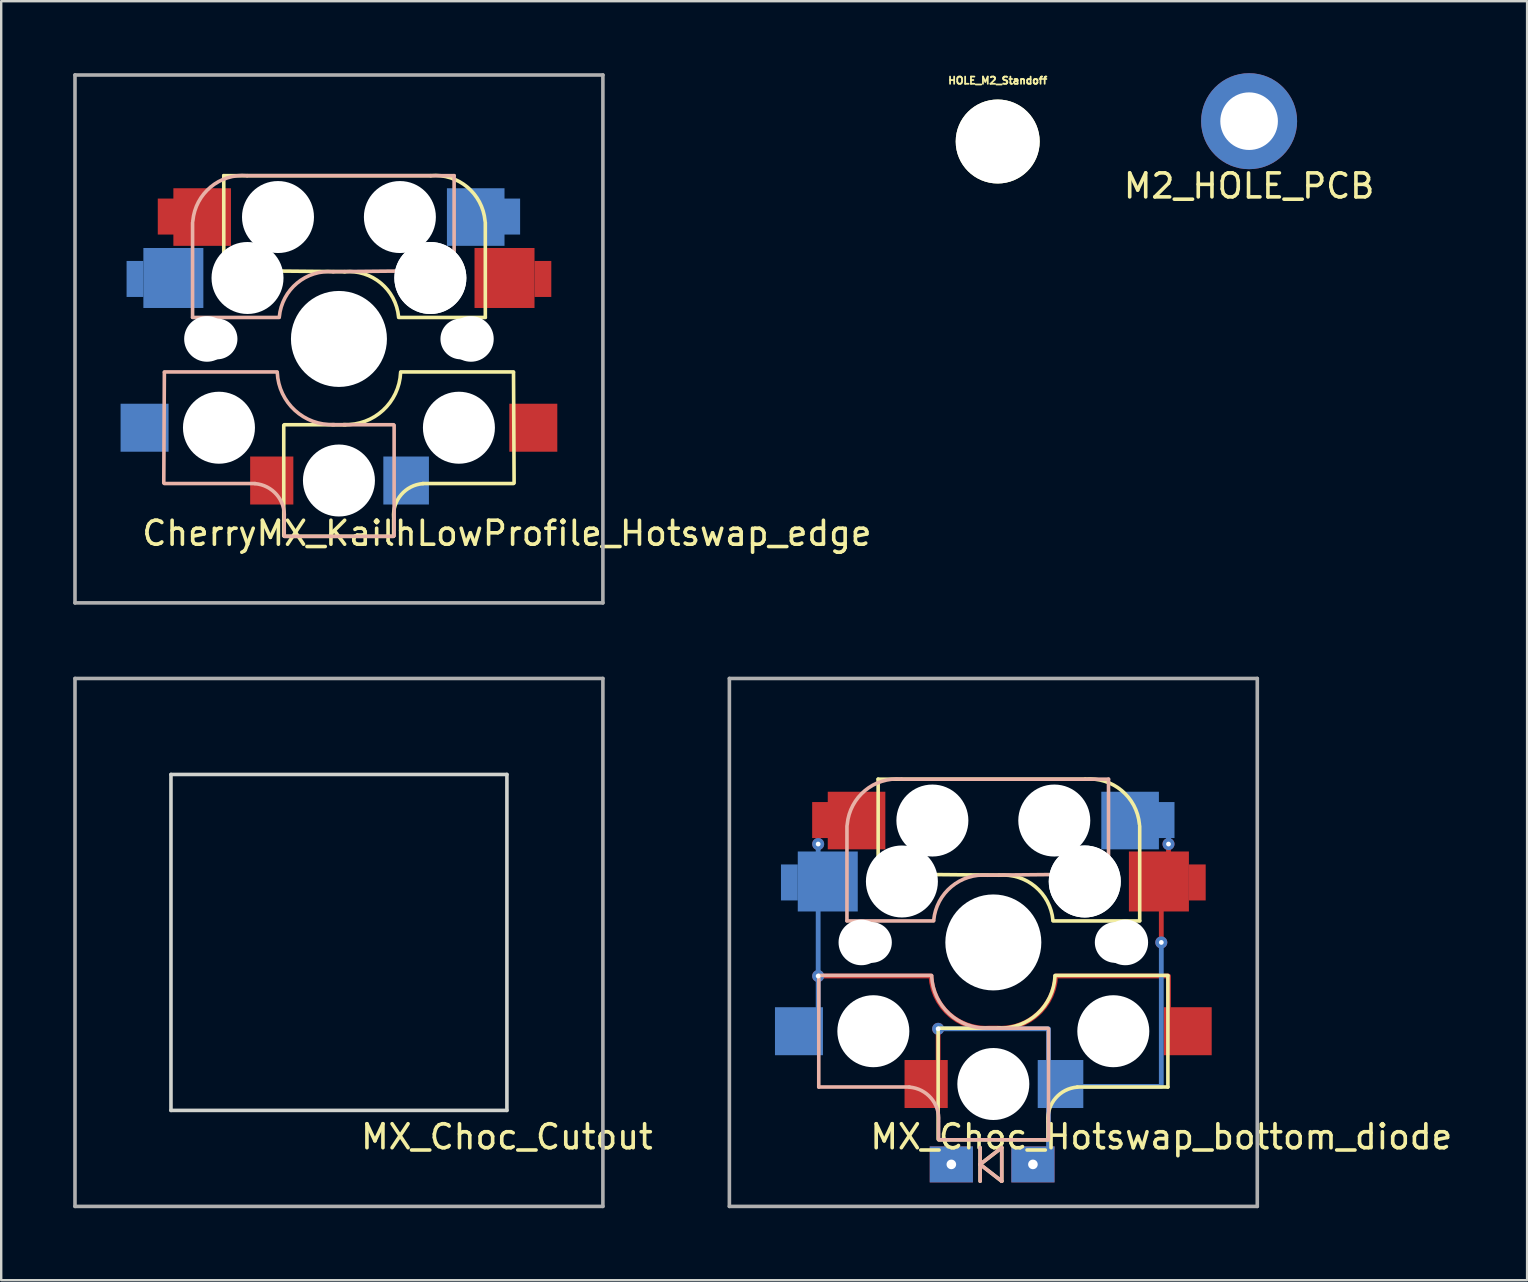
<source format=kicad_pcb>
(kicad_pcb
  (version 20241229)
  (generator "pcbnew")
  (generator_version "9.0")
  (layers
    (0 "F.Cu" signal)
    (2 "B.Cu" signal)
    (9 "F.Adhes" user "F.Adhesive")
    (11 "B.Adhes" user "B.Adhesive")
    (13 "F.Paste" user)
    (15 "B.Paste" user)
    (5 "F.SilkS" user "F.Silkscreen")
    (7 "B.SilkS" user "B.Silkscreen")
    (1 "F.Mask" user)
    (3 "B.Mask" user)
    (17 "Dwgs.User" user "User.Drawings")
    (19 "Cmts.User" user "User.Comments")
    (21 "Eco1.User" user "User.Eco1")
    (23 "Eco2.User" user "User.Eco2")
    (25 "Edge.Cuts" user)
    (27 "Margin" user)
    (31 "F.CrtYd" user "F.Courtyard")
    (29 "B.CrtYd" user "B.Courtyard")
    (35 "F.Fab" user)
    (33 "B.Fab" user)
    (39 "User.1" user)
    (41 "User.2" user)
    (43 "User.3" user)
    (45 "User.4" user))
  (footprint "M2_HOLE_PCB"
    (layer "F.Cu")
    (at 49.005 2)
    (property "Reference" "M2_HOLE_PCB" (at 0 2.7 0) (layer "F.SilkS") (effects (font (size 1 1) (thickness 0.15))))
    (attr through_hole)
    (pad "" thru_hole circle (at 0 0) (size 4 4) (drill 2.4) (layers "*.Cu" "*.Mask")))
  (footprint "MX_Choc_Cutout"
    (layer "F.Cu")
    (at 11.075 36.225)
    (property "Reference" "MX_Choc_Cutout" (at 7 8.1 0) (layer "F.SilkS") (effects (font (size 1 1) (thickness 0.15))))
    (attr through_hole)
    (fp_line (start -7 -7) (end 7 -7) (stroke (width 0.15) (type solid)) (layer "Edge.Cuts"))
    (fp_line (start -7 7) (end -7 -7) (stroke (width 0.15) (type solid)) (layer "Edge.Cuts"))
    (fp_line (start 7 -7) (end 7 7) (stroke (width 0.15) (type solid)) (layer "Edge.Cuts"))
    (fp_line (start 7 7) (end -7 7) (stroke (width 0.15) (type solid)) (layer "Edge.Cuts"))
    (fp_line (start -11 -11) (end -11 11) (stroke (width 0.15) (type solid)) (layer "F.Fab"))
    (fp_line (start -11 11) (end 11 11) (stroke (width 0.15) (type solid)) (layer "F.Fab"))
    (fp_line (start 11 -11) (end -11 -11) (stroke (width 0.15) (type solid)) (layer "F.Fab"))
    (fp_line (start 11 11) (end 11 -11) (stroke (width 0.15) (type solid)) (layer "F.Fab"))
    (zone (net_name "") (layers "F.Cu" "B.Cu") (hatch edge 0.5) (connect_pads) (min_thickness 0.25) (filled_areas_thickness no) (keepout (tracks not_allowed) (vias not_allowed) (pads not_allowed) (copperpour not_allowed) (footprints not_allowed)) (placement (enabled no)) (fill) (polygon (pts (xy 4.075 29.225) (xy 4.075 43.225) (xy 18.075 43.225) (xy 18.075 29.225)))))
  (footprint "CherryMX_KailhLowProfile_Hotswap_edge"
    (layer "F.Cu")
    (at 11.075 11.075)
    (property "Reference" "CherryMX_KailhLowProfile_Hotswap_edge" (at 7 8.1 0) (layer "F.SilkS") (effects (font (size 1 1) (thickness 0.15))))
    (attr through_hole)
    (fp_line (start -4.8 -6.804) (end 3.825 -6.804) (stroke (width 0.15) (type solid)) (layer "F.SilkS"))
    (fp_line (start -4.8 -2.896) (end -4.8 -6.804) (stroke (width 0.15) (type solid)) (layer "F.SilkS"))
    (fp_line (start -4.8 -2.85) (end 0.25 -2.804) (stroke (width 0.15) (type solid)) (layer "F.SilkS"))
    (fp_line (start -2.3 3.6) (end -2.3 8.2) (stroke (width 0.15) (type solid)) (layer "F.SilkS"))
    (fp_line (start -2.275 3.575) (end 0.275 3.575) (stroke (width 0.15) (type solid)) (layer "F.SilkS"))
    (fp_line (start -2.275 8.225) (end 2.275 8.225) (stroke (width 0.15) (type solid)) (layer "F.SilkS"))
    (fp_line (start 2.28 7.5) (end 2.28 8.2) (stroke (width 0.15) (type solid)) (layer "F.SilkS"))
    (fp_line (start 2.575 1.375) (end 7.275 1.375) (stroke (width 0.15) (type solid)) (layer "F.SilkS"))
    (fp_line (start 3.5 6.025) (end 7.275 6.025) (stroke (width 0.15) (type solid)) (layer "F.SilkS"))
    (fp_line (start 6.1 -4.85) (end 6.1 -0.905) (stroke (width 0.15) (type solid)) (layer "F.SilkS"))
    (fp_line (start 6.1 -0.896) (end 2.49 -0.896) (stroke (width 0.15) (type solid)) (layer "F.SilkS"))
    (fp_line (start 7.275 1.4) (end 7.3 6) (stroke (width 0.15) (type solid)) (layer "F.SilkS"))
    (fp_arc (start 0.225 -2.8) (mid 1.744361 -2.328062) (end 2.485001 -0.920001) (stroke (width 0.15) (type solid)) (layer "F.SilkS"))
    (fp_arc (start 2.279999 7.449999) (mid 2.595908 6.487329) (end 3.5 6.03) (stroke (width 0.15) (type solid)) (layer "F.SilkS"))
    (fp_arc (start 2.57 1.4) (mid 1.834422 2.975843) (end 0.2 3.57) (stroke (width 0.15) (type solid)) (layer "F.SilkS"))
    (fp_arc (start 3.825 -6.804) (mid 5.347189 -6.33089) (end 6.089 -4.92) (stroke (width 0.15) (type solid)) (layer "F.SilkS"))
    (fp_line (start -7.275 1.4) (end -7.3 6) (stroke (width 0.15) (type solid)) (layer "B.SilkS"))
    (fp_line (start -6.1 -4.85) (end -6.1 -0.905) (stroke (width 0.15) (type solid)) (layer "B.SilkS"))
    (fp_line (start -6.1 -0.896) (end -2.49 -0.896) (stroke (width 0.15) (type solid)) (layer "B.SilkS"))
    (fp_line (start -3.5 6.025) (end -7.275 6.025) (stroke (width 0.15) (type solid)) (layer "B.SilkS"))
    (fp_line (start -2.575 1.375) (end -7.275 1.375) (stroke (width 0.15) (type solid)) (layer "B.SilkS"))
    (fp_line (start -2.28 7.5) (end -2.28 8.2) (stroke (width 0.15) (type solid)) (layer "B.SilkS"))
    (fp_line (start 2.275 3.575) (end -0.275 3.575) (stroke (width 0.15) (type solid)) (layer "B.SilkS"))
    (fp_line (start 2.275 8.225) (end -2.275 8.225) (stroke (width 0.15) (type solid)) (layer "B.SilkS"))
    (fp_line (start 2.3 3.6) (end 2.3 8.2) (stroke (width 0.15) (type solid)) (layer "B.SilkS"))
    (fp_line (start 4.8 -6.804) (end -3.825 -6.804) (stroke (width 0.15) (type solid)) (layer "B.SilkS"))
    (fp_line (start 4.8 -2.896) (end 4.8 -6.804) (stroke (width 0.15) (type solid)) (layer "B.SilkS"))
    (fp_line (start 4.8 -2.85) (end -0.25 -2.804) (stroke (width 0.15) (type solid)) (layer "B.SilkS"))
    (fp_arc (start -6.089 -4.92) (mid -5.347189 -6.33089) (end -3.825 -6.804) (stroke (width 0.15) (type solid)) (layer "B.SilkS"))
    (fp_arc (start -3.5 6.03) (mid -2.595908 6.48733) (end -2.28 7.45) (stroke (width 0.15) (type solid)) (layer "B.SilkS"))
    (fp_arc (start -2.484999 -0.920001) (mid -1.74436 -2.328062) (end -0.225 -2.8) (stroke (width 0.15) (type solid)) (layer "B.SilkS"))
    (fp_arc (start -0.2 3.57) (mid -1.834422 2.975843) (end -2.57 1.4) (stroke (width 0.15) (type solid)) (layer "B.SilkS"))
    (fp_line (start -9 -9) (end 9 -9) (stroke (width 0.15) (type solid)) (layer "Eco2.User"))
    (fp_line (start -9 9) (end -9 -9) (stroke (width 0.15) (type solid)) (layer "Eco2.User"))
    (fp_line (start -7 -7) (end 7 -7) (stroke (width 0.15) (type solid)) (layer "Eco2.User"))
    (fp_line (start -7 7) (end -7 -7) (stroke (width 0.15) (type solid)) (layer "Eco2.User"))
    (fp_line (start 7 -7) (end 7 7) (stroke (width 0.15) (type solid)) (layer "Eco2.User"))
    (fp_line (start 7 7) (end -7 7) (stroke (width 0.15) (type solid)) (layer "Eco2.User"))
    (fp_line (start 9 -9) (end 9 9) (stroke (width 0.15) (type solid)) (layer "Eco2.User"))
    (fp_line (start 9 9) (end -9 9) (stroke (width 0.15) (type solid)) (layer "Eco2.User"))
    (fp_line (start -11 -11) (end -11 11) (stroke (width 0.15) (type solid)) (layer "F.Fab"))
    (fp_line (start -11 11) (end 11 11) (stroke (width 0.15) (type solid)) (layer "F.Fab"))
    (fp_line (start 11 -11) (end -11 -11) (stroke (width 0.15) (type solid)) (layer "F.Fab"))
    (fp_line (start 11 11) (end 11 -11) (stroke (width 0.15) (type solid)) (layer "F.Fab"))
    (pad "" np_thru_hole circle (at -5.5 0 90) (size 1.9 1.9) (drill 1.9) (layers "*.Cu" "*.Mask"))
    (pad "" np_thru_hole circle (at -5.08 0) (size 1.7 1.7) (drill 1.7) (layers "*.Cu" "*.Mask"))
    (pad "" np_thru_hole circle (at -5 3.7 90) (size 3 3) (drill 3) (layers "*.Cu" "*.Mask"))
    (pad "" np_thru_hole circle (at -3.825 -2.58 180) (size 0.1 0.1) (drill 0.1) (layers "*.Cu" "*.Mask"))
    (pad "" np_thru_hole circle (at -3.81 -2.54 180) (size 3 3) (drill 3) (layers "*.Cu" "*.Mask"))
    (pad "" np_thru_hole circle (at -2.54 -5.08 180) (size 3 3) (drill 3) (layers "*.Cu" "*.Mask"))
    (pad "" np_thru_hole circle (at 0 0 90) (size 4 4) (drill 4) (layers "*.Cu" "*.Mask"))
    (pad "" np_thru_hole circle (at 0 5.9 90) (size 3 3) (drill 3) (layers "*.Cu" "*.Mask"))
    (pad "" np_thru_hole circle (at 2.54 -5.08 180) (size 3 3) (drill 3) (layers "*.Cu" "*.Mask"))
    (pad "" np_thru_hole circle (at 3.81 -2.54 180) (size 3 3) (drill 3) (layers "*.Cu" "*.Mask"))
    (pad "" np_thru_hole circle (at 3.81 -2.54 180) (size 3 3) (drill 3) (layers "*.Cu" "*.Mask"))
    (pad "" np_thru_hole circle (at 3.825 -2.58 180) (size 0.1 0.1) (drill 0.1) (layers "*.Cu" "*.Mask"))
    (pad "" np_thru_hole circle (at 5 3.7 270) (size 3 3) (drill 3) (layers "*.Cu" "*.Mask"))
    (pad "" np_thru_hole circle (at 5.08 0) (size 1.7 1.7) (drill 1.7) (layers "*.Cu" "*.Mask"))
    (pad "" np_thru_hole circle (at 5.5 0 90) (size 1.9 1.9) (drill 1.9) (layers "*.Cu" "*.Mask"))
    (pad "1" smd rect (at -8.5 -2.5) (size 0.7 1.5) (layers "B.Cu" "B.Mask" "B.Paste"))
    (pad "1" smd rect (at -8.1 3.7 180) (size 2 2) (layers "B.Cu" "B.Mask" "B.Paste"))
    (pad "1" smd rect (at -7.2 -5.1) (size 0.7 1.5) (layers "F.Cu" "F.Mask" "F.Paste"))
    (pad "1" smd rect (at -6.9 -2.54 180) (size 2.5 2.5) (layers "B.Cu" "B.Mask" "B.Paste"))
    (pad "1" smd rect (at -5.7 -5.08 180) (size 2.4 2.4) (layers "F.Cu" "F.Mask" "F.Paste"))
    (pad "1" smd rect (at 8.1 3.7 180) (size 2 2) (layers "F.Cu" "F.Mask" "F.Paste"))
    (pad "2" smd rect (at -2.8 5.9 180) (size 1.8 2) (layers "F.Cu" "F.Mask" "F.Paste"))
    (pad "2" smd rect (at 2.8 5.9 180) (size 1.9 2) (layers "B.Cu" "B.Mask" "B.Paste"))
    (pad "2" smd rect (at 5.7 -5.08 180) (size 2.4 2.4) (layers "B.Cu" "B.Mask" "B.Paste"))
    (pad "2" smd rect (at 6.9 -2.54 180) (size 2.5 2.5) (layers "F.Cu" "F.Mask" "F.Paste"))
    (pad "2" smd rect (at 7.2 -5.1) (size 0.7 1.5) (layers "B.Cu" "B.Mask" "B.Paste"))
    (pad "2" smd rect (at 8.5 -2.5) (size 0.7 1.5) (layers "F.Cu" "F.Mask" "F.Paste")))
  (footprint "HOLE_M2_Standoff"
    (layer "F.Cu")
    (at 38.528 2.847)
    (property "Reference" "HOLE_M2_Standoff" (at 0 -2.54 0) (layer "F.SilkS") (effects (font (size 0.3 0.3) (thickness 0.075))))
    (attr through_hole)
    (pad "" np_thru_hole circle (at 0 0 90) (size 3.5 3.5) (drill 3.5) (layers "*.Cu" "*.Mask" "F.SilkS")))
  (footprint "MX_Choc_Hotswap_bottom_diode"
    (layer "F.Cu")
    (at 38.346 36.225)
    (property "Reference" "MX_Choc_Hotswap_bottom_diode" (at 7 8.1 0) (layer "F.SilkS") (effects (font (size 1 1) (thickness 0.15))))
    (attr through_hole)
    (fp_line (start -4.8 -6.804) (end 3.825 -6.804) (stroke (width 0.15) (type solid)) (layer "F.SilkS"))
    (fp_line (start -4.8 -2.896) (end -4.8 -6.804) (stroke (width 0.15) (type solid)) (layer "F.SilkS"))
    (fp_line (start -4.8 -2.85) (end 0.25 -2.804) (stroke (width 0.15) (type solid)) (layer "F.SilkS"))
    (fp_line (start -2.3 3.6) (end -2.3 8.2) (stroke (width 0.15) (type solid)) (layer "F.SilkS"))
    (fp_line (start -2.275 3.575) (end 0.275 3.575) (stroke (width 0.15) (type solid)) (layer "F.SilkS"))
    (fp_line (start -2.275 8.225) (end 2.275 8.225) (stroke (width 0.15) (type solid)) (layer "F.SilkS"))
    (fp_line (start -0.55 8.55) (end -0.55 9.95) (stroke (width 0.15) (type solid)) (layer "F.SilkS"))
    (fp_line (start -0.55 9.25) (end 0.35 8.55) (stroke (width 0.15) (type solid)) (layer "F.SilkS"))
    (fp_line (start 0.35 8.55) (end 0.35 9.95) (stroke (width 0.15) (type solid)) (layer "F.SilkS"))
    (fp_line (start 0.35 9.95) (end -0.55 9.25) (stroke (width 0.15) (type solid)) (layer "F.SilkS"))
    (fp_line (start 2.28 7.5) (end 2.28 8.2) (stroke (width 0.15) (type solid)) (layer "F.SilkS"))
    (fp_line (start 2.575 1.375) (end 7.275 1.375) (stroke (width 0.15) (type solid)) (layer "F.SilkS"))
    (fp_line (start 3.5 6.025) (end 7.275 6.025) (stroke (width 0.15) (type solid)) (layer "F.SilkS"))
    (fp_line (start 6.1 -4.85) (end 6.1 -0.905) (stroke (width 0.15) (type solid)) (layer "F.SilkS"))
    (fp_line (start 6.1 -0.896) (end 2.49 -0.896) (stroke (width 0.15) (type solid)) (layer "F.SilkS"))
    (fp_line (start 7.275 1.4) (end 7.275 6.025) (stroke (width 0.15) (type solid)) (layer "F.SilkS"))
    (fp_arc (start 0.225 -2.8) (mid 1.744361 -2.328062) (end 2.485001 -0.920001) (stroke (width 0.15) (type solid)) (layer "F.SilkS"))
    (fp_arc (start 2.279999 7.449999) (mid 2.595908 6.487329) (end 3.5 6.03) (stroke (width 0.15) (type solid)) (layer "F.SilkS"))
    (fp_arc (start 2.57 1.4) (mid 1.834422 2.975843) (end 0.2 3.57) (stroke (width 0.15) (type solid)) (layer "F.SilkS"))
    (fp_arc (start 3.825 -6.804) (mid 5.347189 -6.33089) (end 6.089 -4.92) (stroke (width 0.15) (type solid)) (layer "F.SilkS"))
    (fp_line (start -7.275 1.375) (end -7.275 6.025) (stroke (width 0.15) (type solid)) (layer "B.SilkS"))
    (fp_line (start -6.1 -4.85) (end -6.1 -0.905) (stroke (width 0.15) (type solid)) (layer "B.SilkS"))
    (fp_line (start -6.1 -0.896) (end -2.49 -0.896) (stroke (width 0.15) (type solid)) (layer "B.SilkS"))
    (fp_line (start -3.5 6.025) (end -7.275 6.025) (stroke (width 0.15) (type solid)) (layer "B.SilkS"))
    (fp_line (start -2.575 1.375) (end -7.275 1.375) (stroke (width 0.15) (type solid)) (layer "B.SilkS"))
    (fp_line (start -2.28 7.5) (end -2.28 8.2) (stroke (width 0.15) (type solid)) (layer "B.SilkS"))
    (fp_line (start -0.55 8.55) (end -0.55 9.95) (stroke (width 0.15) (type solid)) (layer "B.SilkS"))
    (fp_line (start -0.55 9.25) (end 0.35 8.55) (stroke (width 0.15) (type solid)) (layer "B.SilkS"))
    (fp_line (start 0.35 8.55) (end 0.35 9.95) (stroke (width 0.15) (type solid)) (layer "B.SilkS"))
    (fp_line (start 0.35 9.95) (end -0.55 9.25) (stroke (width 0.15) (type solid)) (layer "B.SilkS"))
    (fp_line (start 2.275 3.575) (end -0.275 3.575) (stroke (width 0.15) (type solid)) (layer "B.SilkS"))
    (fp_line (start 2.275 8.225) (end -2.275 8.225) (stroke (width 0.15) (type solid)) (layer "B.SilkS"))
    (fp_line (start 2.3 3.6) (end 2.3 8.2) (stroke (width 0.15) (type solid)) (layer "B.SilkS"))
    (fp_line (start 4.8 -6.804) (end -3.825 -6.804) (stroke (width 0.15) (type solid)) (layer "B.SilkS"))
    (fp_line (start 4.8 -2.896) (end 4.8 -6.804) (stroke (width 0.15) (type solid)) (layer "B.SilkS"))
    (fp_line (start 4.8 -2.85) (end -0.25 -2.804) (stroke (width 0.15) (type solid)) (layer "B.SilkS"))
    (fp_arc (start -6.089 -4.92) (mid -5.347189 -6.33089) (end -3.825 -6.804) (stroke (width 0.15) (type solid)) (layer "B.SilkS"))
    (fp_arc (start -3.5 6.03) (mid -2.595908 6.48733) (end -2.28 7.45) (stroke (width 0.15) (type solid)) (layer "B.SilkS"))
    (fp_arc (start -2.484999 -0.920001) (mid -1.74436 -2.328062) (end -0.225 -2.8) (stroke (width 0.15) (type solid)) (layer "B.SilkS"))
    (fp_arc (start -0.2 3.57) (mid -1.834422 2.975843) (end -2.57 1.4) (stroke (width 0.15) (type solid)) (layer "B.SilkS"))
    (fp_line (start -9 -9) (end 9 -9) (stroke (width 0.15) (type solid)) (layer "Eco2.User"))
    (fp_line (start -9 9) (end -9 -9) (stroke (width 0.15) (type solid)) (layer "Eco2.User"))
    (fp_line (start -7 -7) (end 7 -7) (stroke (width 0.15) (type solid)) (layer "Eco2.User"))
    (fp_line (start -7 7) (end -7 -7) (stroke (width 0.15) (type solid)) (layer "Eco2.User"))
    (fp_line (start 7 -7) (end 7 7) (stroke (width 0.15) (type solid)) (layer "Eco2.User"))
    (fp_line (start 7 7) (end -7 7) (stroke (width 0.15) (type solid)) (layer "Eco2.User"))
    (fp_line (start 9 -9) (end 9 9) (stroke (width 0.15) (type solid)) (layer "Eco2.User"))
    (fp_line (start 9 9) (end -9 9) (stroke (width 0.15) (type solid)) (layer "Eco2.User"))
    (fp_line (start -11 -11) (end -11 11) (stroke (width 0.15) (type solid)) (layer "F.Fab"))
    (fp_line (start -11 11) (end 11 11) (stroke (width 0.15) (type solid)) (layer "F.Fab"))
    (fp_line (start 11 -11) (end -11 -11) (stroke (width 0.15) (type solid)) (layer "F.Fab"))
    (fp_line (start 11 11) (end 11 -11) (stroke (width 0.15) (type solid)) (layer "F.Fab"))
    (pad "" np_thru_hole circle (at -5.5 0 90) (size 1.9 1.9) (drill 1.9) (layers "*.Cu" "*.Mask"))
    (pad "" np_thru_hole circle (at -5.08 0) (size 1.7 1.7) (drill 1.7) (layers "*.Cu" "*.Mask"))
    (pad "" np_thru_hole circle (at -5 3.7 90) (size 3 3) (drill 3) (layers "*.Cu" "*.Mask"))
    (pad "" np_thru_hole circle (at -3.825 -2.58 180) (size 0.1 0.1) (drill 0.1) (layers "*.Cu" "*.Mask"))
    (pad "" np_thru_hole circle (at -3.81 -2.54 180) (size 3 3) (drill 3) (layers "*.Cu" "*.Mask"))
    (pad "" np_thru_hole circle (at -2.54 -5.08 180) (size 3 3) (drill 3) (layers "*.Cu" "*.Mask"))
    (pad "" np_thru_hole circle (at 0 0 90) (size 4 4) (drill 4) (layers "*.Cu" "*.Mask"))
    (pad "" np_thru_hole circle (at 0 5.9 90) (size 3 3) (drill 3) (layers "*.Cu" "*.Mask"))
    (pad "" np_thru_hole circle (at 2.54 -5.08 180) (size 3 3) (drill 3) (layers "*.Cu" "*.Mask"))
    (pad "" np_thru_hole circle (at 3.81 -2.54 180) (size 3 3) (drill 3) (layers "*.Cu" "*.Mask"))
    (pad "" np_thru_hole circle (at 3.81 -2.54 180) (size 3 3) (drill 3) (layers "*.Cu" "*.Mask"))
    (pad "" np_thru_hole circle (at 3.825 -2.58 180) (size 0.1 0.1) (drill 0.1) (layers "*.Cu" "*.Mask"))
    (pad "" np_thru_hole circle (at 5 3.7 270) (size 3 3) (drill 3) (layers "*.Cu" "*.Mask"))
    (pad "" np_thru_hole circle (at 5.08 0) (size 1.7 1.7) (drill 1.7) (layers "*.Cu" "*.Mask"))
    (pad "" np_thru_hole circle (at 5.5 0 90) (size 1.9 1.9) (drill 1.9) (layers "*.Cu" "*.Mask"))
    (pad "1" smd rect (at -8.5 -2.5) (size 0.7 1.5) (layers "B.Cu" "B.Mask" "B.Paste"))
    (pad "1" smd rect (at -8.1 3.7 180) (size 2 2) (layers "B.Cu" "B.Mask" "B.Paste"))
    (pad "1" smd custom (at -7.3 -4.5) (size 0.2 0.2) (layers "F.Cu") (options (anchor circle)) (primitives (gr_line (start 0 0.4) (end 0 0) (width 0.2))))
    (pad "1" thru_hole circle (at -7.3 -4.1) (size 0.5 0.5) (drill 0.2) (layers "*.Cu"))
    (pad "1" smd custom (at -7.3 -3.7) (size 0.2 0.2) (layers "B.Cu") (options (anchor circle)) (primitives (gr_line (start 0 -0.4) (end 0 0) (width 0.2))))
    (pad "1" smd custom (at -7.3 -1.4) (size 0.2 0.2) (layers "B.Cu") (options (anchor circle)) (primitives (gr_line (start 0 0.1) (end 0 5.1) (width 0.2))))
    (pad "1" smd custom (at -7.3 1.4) (size 0.2 0.2) (layers "F.Cu") (options (anchor circle)) (primitives (gr_line (start 0 0) (end 4.7 0) (width 0.2)) (gr_arc (start 7.1 2.17) (mid 5.450578 1.582056) (end 4.7 0) (width 0.2)) (gr_line (start 7.1 2.17) (end 7.5 2.17) (width 0.2)) (gr_arc (start 9.9 0) (mid 9.149422 1.582056) (end 7.5 2.17) (width 0.2)) (gr_line (start 14.6 0) (end 9.9 0) (width 0.2)) (gr_line (start 14.6 1.3) (end 14.6 0) (width 0.2))))
    (pad "1" thru_hole circle (at -7.3 1.4) (size 0.5 0.5) (drill 0.2) (layers "*.Cu"))
    (pad "1" smd rect (at -7.2 -5.1) (size 0.7 1.5) (layers "F.Cu" "F.Mask" "F.Paste"))
    (pad "1" smd rect (at -6.9 -2.54 180) (size 2.5 2.5) (layers "B.Cu" "B.Mask" "B.Paste"))
    (pad "1" smd rect (at -5.7 -5.08 180) (size 2.4 2.4) (layers "F.Cu" "F.Mask" "F.Paste"))
    (pad "1" smd rect (at 8.1 3.7 180) (size 2 2) (layers "F.Cu" "F.Mask" "F.Paste"))
    (pad "2" smd rect (at -2.8 5.9 180) (size 1.8 2) (layers "F.Cu" "F.Mask" "F.Paste"))
    (pad "2" thru_hole circle (at -2.3 3.6) (size 0.5 0.5) (drill 0.2) (layers "*.Cu"))
    (pad "2" smd custom (at -2.3 5) (size 0.2 0.2) (layers "F.Cu") (options (anchor circle)) (primitives (gr_line (start 0 -1.4) (end 0 0) (width 0.2))))
    (pad "2" thru_hole rect (at 1.65 9.25) (size 1.8 1.5) (drill 0.4) (layers "*.Cu" "*.Mask"))
    (pad "2" smd custom (at 2.3 5.1) (size 0.2 0.2) (layers "B.Cu") (options (anchor circle)) (primitives (gr_line (start 0 -1.5) (end 0 0) (width 0.2)) (gr_line (start 0 -1.5) (end -4.6 -1.5) (width 0.2))))
    (pad "2" smd custom (at 2.3 6.8 180) (size 0.2 0.2) (layers "B.Cu") (options (anchor circle)) (primitives (gr_line (start 0 -2.5) (end 0 -0.05) (width 0.2)) (gr_line (start 0.65 -2.45) (end 0 -2.5) (width 0.2))))
    (pad "2" smd rect (at 2.8 5.9 180) (size 1.9 2) (layers "B.Cu" "B.Mask" "B.Paste"))
    (pad "2" smd custom (at 3.6 6 270) (size 0.2 0.2) (layers "B.Cu") (options (anchor circle)) (primitives (gr_line (start 0 -3.4) (end 0 -0.05) (width 0.2)) (gr_line (start 0 -3.4) (end -6 -3.4) (width 0.2))))
    (pad "2" smd rect (at 5.7 -5.08 180) (size 2.4 2.4) (layers "B.Cu" "B.Mask" "B.Paste"))
    (pad "2" smd rect (at 6.9 -2.54 180) (size 2.5 2.5) (layers "F.Cu" "F.Mask" "F.Paste"))
    (pad "2" smd custom (at 7 -1.5) (size 0.2 0.2) (layers "F.Cu") (options (anchor circle)) (primitives (gr_line (start 0 1.475) (end 0 0) (width 0.2))))
    (pad "2" thru_hole circle (at 7 0) (size 0.5 0.5) (drill 0.2) (layers "*.Cu"))
    (pad "2" smd rect (at 7.2 -5.1) (size 0.7 1.5) (layers "B.Cu" "B.Mask" "B.Paste"))
    (pad "2" smd custom (at 7.3 -4.5) (size 0.2 0.2) (layers "B.Cu") (options (anchor circle)) (primitives (gr_line (start 0 0.1) (end 0 0.397) (width 0.2))))
    (pad "2" thru_hole circle (at 7.3 -4.1) (size 0.5 0.5) (drill 0.2) (layers "*.Cu"))
    (pad "2" smd custom (at 7.3 -3.7) (size 0.2 0.2) (layers "F.Cu") (options (anchor circle)) (primitives (gr_line (start 0 0) (end 0 -0.4) (width 0.2))))
    (pad "2" smd rect (at 8.5 -2.5) (size 0.7 1.5) (layers "F.Cu" "F.Mask" "F.Paste"))
    (pad "3" thru_hole rect (at -1.75 9.25) (size 1.8 1.5) (drill 0.4) (layers "*.Cu" "*.Mask")))
  (gr_rect
    (start -3 -3)
    (end 60.59 50.3)
    (stroke (width 0.1) (type default))
    (fill no)
    (layer "Edge.Cuts")))
</source>
